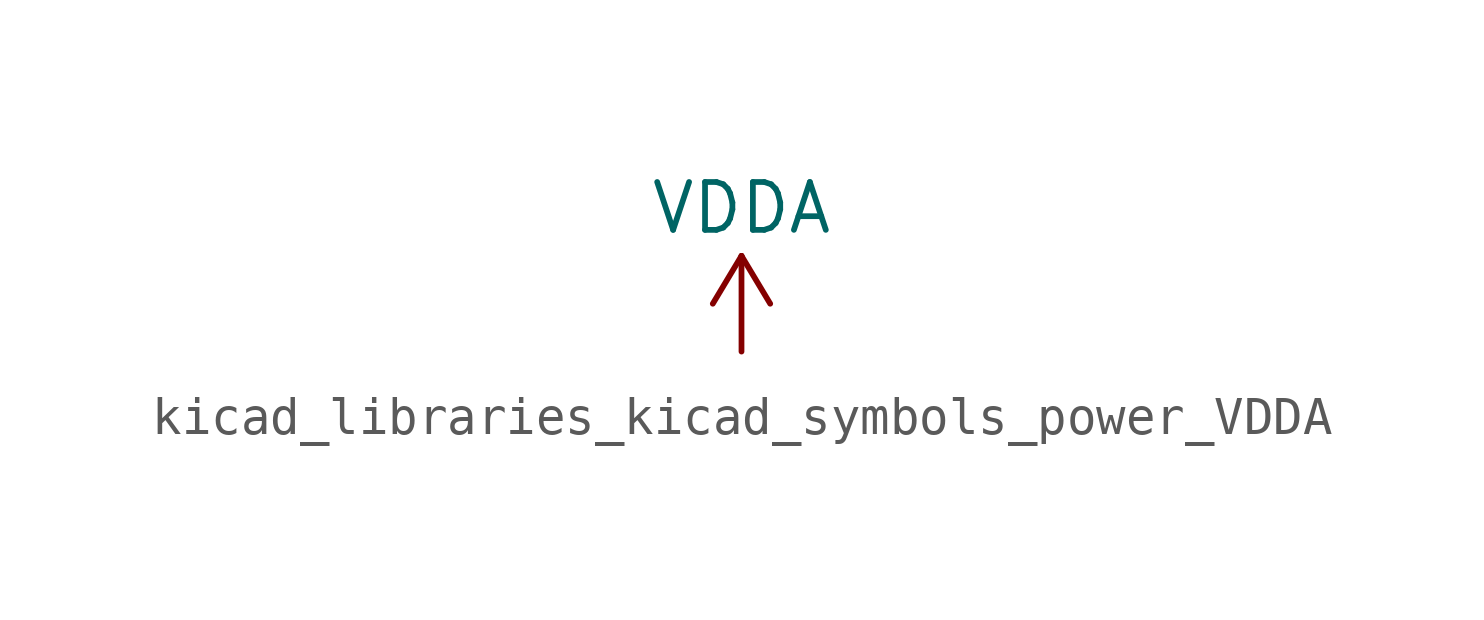
<source format=kicad_sym>
(kicad_symbol_lib
  (version 20220914)
  (generator kicad_symbol_editor)
  (symbol "kicad_libraries_kicad_symbols_power_VDDA"
    (power)
    (pin_names
      (offset 0))
    (property "Reference" "#PWR"
      (at 0 -3.81 0)
      (effects (font (size 1.27 1.27)) hide))
    (property "Value" "VDDA"
      (at 0 3.81 0)
      (effects (font (size 1.27 1.27))))
    (symbol "kicad_libraries_kicad_symbols_power_VDDA_0_1"
      (polyline (pts (xy -0.762 1.27) (xy 0 2.54)) (stroke (width 0) (type default)) (fill (type none)))
      (polyline (pts (xy 0 0) (xy 0 2.54)) (stroke (width 0) (type default)) (fill (type none)))
      (polyline (pts (xy 0 2.54) (xy 0.762 1.27)) (stroke (width 0) (type default)) (fill (type none))))
    (symbol "kicad_libraries_kicad_symbols_power_VDDA_1_1"
      (pin power_in line (at 0 0 90) (length 0) hide (name "VDDA" (effects (font (size 1.27 1.27)))) (number "1" (effects (font (size 1.27 1.27))))))))
</source>
